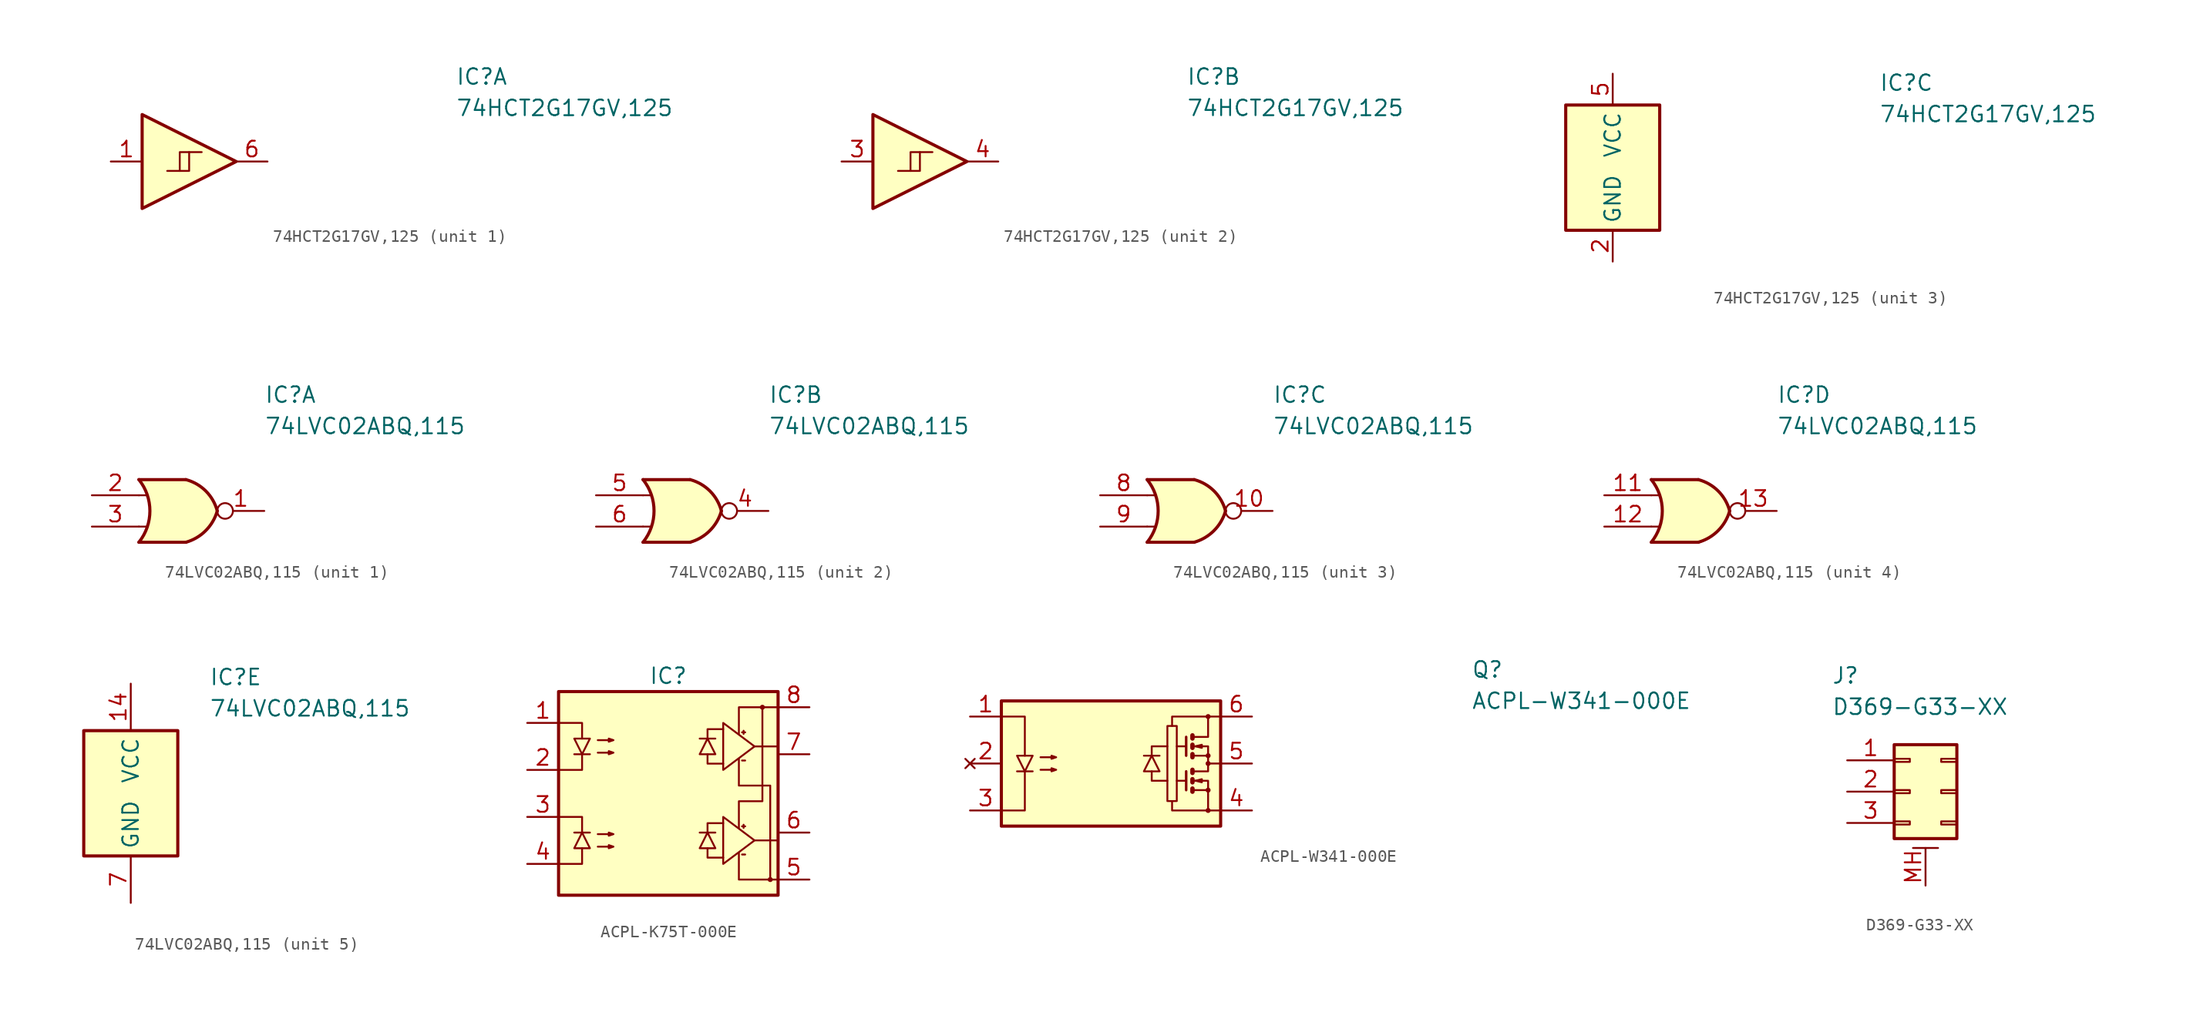
<source format=kicad_sym>
(kicad_symbol_lib
  (version 20220914)
  (generator kicad_symbol_editor)
  (symbol "74HCT2G17GV,125"
    (property "Reference" "IC"
      (at 21.59 7.62 0)
      (effects (font (size 1.27 1.27)) (justify left top)))
    (property "Value" "74HCT2G17GV,125"
      (at 21.59 5.08 0)
      (effects (font (size 1.27 1.27)) (justify left top)))
    (property "ki_locked" ""
      (at 0 0 0)
      (effects (font (size 1.27 1.27))))
    (symbol "74HCT2G17GV,125_1_0"
      (polyline (pts (xy -3.81 3.81) (xy -3.81 -3.81) (xy 3.81 0) (xy -3.81 3.81)) (stroke (width 0.254) (type default)) (fill (type background))))
    (symbol "74HCT2G17GV,125_1_1"
      (polyline (pts (xy 0 0.762) (xy 0 -0.762) (xy -1.778 -0.762)) (stroke (width 0) (type default)) (fill (type none)))
      (polyline (pts (xy 1.016 0.762) (xy -0.762 0.762) (xy -0.762 -0.762)) (stroke (width 0) (type default)) (fill (type none)))
      (pin passive line (at -6.35 0 0) (length 2.54) (name "~" (effects (font (size 1.27 1.27)))) (number "1" (effects (font (size 1.27 1.27)))))
      (pin passive line (at 6.35 0 180) (length 2.54) (name "~" (effects (font (size 1.27 1.27)))) (number "6" (effects (font (size 1.27 1.27))))))
    (symbol "74HCT2G17GV,125_2_0"
      (polyline (pts (xy -3.81 3.81) (xy -3.81 -3.81) (xy 3.81 0) (xy -3.81 3.81)) (stroke (width 0.254) (type default)) (fill (type background))))
    (symbol "74HCT2G17GV,125_2_1"
      (polyline (pts (xy 0 0.762) (xy 0 -0.762) (xy -1.778 -0.762)) (stroke (width 0) (type default)) (fill (type none)))
      (polyline (pts (xy 1.016 0.762) (xy -0.762 0.762) (xy -0.762 -0.762)) (stroke (width 0) (type default)) (fill (type none)))
      (pin passive line (at -6.35 0 0) (length 2.54) (name "~" (effects (font (size 1.27 1.27)))) (number "3" (effects (font (size 1.27 1.27)))))
      (pin passive line (at 6.35 0 180) (length 2.54) (name "~" (effects (font (size 1.27 1.27)))) (number "4" (effects (font (size 1.27 1.27))))))
    (symbol "74HCT2G17GV,125_3_1"
      (rectangle (start -3.81 5.08) (end 3.81 -5.08) (stroke (width 0.254) (type default)) (fill (type background)))
      (pin passive line (at 0 -7.62 90) (length 2.54) (name "GND" (effects (font (size 1.27 1.27)))) (number "2" (effects (font (size 1.27 1.27)))))
      (pin passive line (at 0 7.62 270) (length 2.54) (name "VCC" (effects (font (size 1.27 1.27)))) (number "5" (effects (font (size 1.27 1.27)))))))
  (symbol "74LVC02ABQ,115"
    (property "Reference" "IC"
      (at 6.35 10.16 0)
      (effects (font (size 1.27 1.27)) (justify left top)))
    (property "Value" "74LVC02ABQ,115"
      (at 6.35 7.62 0)
      (effects (font (size 1.27 1.27)) (justify left top)))
    (property "ki_locked" ""
      (at 0 0 0)
      (effects (font (size 1.27 1.27))))
    (symbol "74LVC02ABQ,115_1_1"
      (arc (start -3.81 -2.54) (mid -2.919 0) (end -3.81 2.54) (stroke (width 0.254) (type default)) (fill (type none)))
      (arc (start 0 -2.54) (mid 1.601 -1.601) (end 2.54 0) (stroke (width 0.254) (type default)) (fill (type background)))
      (polyline (pts (xy -3.81 -1.27) (xy -3.175 -1.27)) (stroke (width 0) (type default)) (fill (type none)))
      (polyline (pts (xy -3.81 1.27) (xy -3.175 1.27)) (stroke (width 0) (type default)) (fill (type none)))
      (polyline (pts (xy 0 -2.54) (xy -3.81 -2.54)) (stroke (width 0.254) (type default)) (fill (type background)))
      (polyline (pts (xy 0 2.54) (xy -3.81 2.54)) (stroke (width 0.254) (type default)) (fill (type background)))
      (polyline (pts (xy -3.81 2.54) (xy 0 2.54) (xy 0 -2.54) (xy -3.81 -2.54) (xy -3.302 -1.778) (xy -3.048 -1.016) (xy -2.794 0) (xy -3.048 1.016) (xy -3.302 1.778) (xy -3.81 2.54)) (stroke (width -0.0001) (type default)) (fill (type background)))
      (arc (start 2.54 0) (mid 1.6136 1.6136) (end 0 2.54) (stroke (width 0.254) (type default)) (fill (type background)))
      (pin passive inverted (at 6.35 0 180) (length 3.81) (name "~" (effects (font (size 1.27 1.27)))) (number "1" (effects (font (size 1.27 1.27)))))
      (pin passive line (at -7.62 1.27 0) (length 3.81) (name "~" (effects (font (size 1.27 1.27)))) (number "2" (effects (font (size 1.27 1.27)))))
      (pin passive line (at -7.62 -1.27 0) (length 3.81) (name "~" (effects (font (size 1.27 1.27)))) (number "3" (effects (font (size 1.27 1.27))))))
    (symbol "74LVC02ABQ,115_2_1"
      (arc (start -3.81 -2.54) (mid -2.919 0) (end -3.81 2.54) (stroke (width 0.254) (type default)) (fill (type none)))
      (arc (start 0 -2.54) (mid 1.601 -1.601) (end 2.54 0) (stroke (width 0.254) (type default)) (fill (type background)))
      (polyline (pts (xy -3.81 -1.27) (xy -3.175 -1.27)) (stroke (width 0) (type default)) (fill (type none)))
      (polyline (pts (xy -3.81 1.27) (xy -3.175 1.27)) (stroke (width 0) (type default)) (fill (type none)))
      (polyline (pts (xy 0 -2.54) (xy -3.81 -2.54)) (stroke (width 0.254) (type default)) (fill (type background)))
      (polyline (pts (xy 0 2.54) (xy -3.81 2.54)) (stroke (width 0.254) (type default)) (fill (type background)))
      (polyline (pts (xy -3.81 2.54) (xy 0 2.54) (xy 0 -2.54) (xy -3.81 -2.54) (xy -3.302 -1.778) (xy -3.048 -1.016) (xy -2.794 0) (xy -3.048 1.016) (xy -3.302 1.778) (xy -3.81 2.54)) (stroke (width -0.0001) (type default)) (fill (type background)))
      (arc (start 2.54 0) (mid 1.6136 1.6136) (end 0 2.54) (stroke (width 0.254) (type default)) (fill (type background)))
      (pin passive inverted (at 6.35 0 180) (length 3.81) (name "~" (effects (font (size 1.27 1.27)))) (number "4" (effects (font (size 1.27 1.27)))))
      (pin passive line (at -7.62 1.27 0) (length 3.81) (name "~" (effects (font (size 1.27 1.27)))) (number "5" (effects (font (size 1.27 1.27)))))
      (pin passive line (at -7.62 -1.27 0) (length 3.81) (name "~" (effects (font (size 1.27 1.27)))) (number "6" (effects (font (size 1.27 1.27))))))
    (symbol "74LVC02ABQ,115_3_1"
      (arc (start -3.81 -2.54) (mid -2.919 0) (end -3.81 2.54) (stroke (width 0.254) (type default)) (fill (type none)))
      (arc (start 0 -2.54) (mid 1.601 -1.601) (end 2.54 0) (stroke (width 0.254) (type default)) (fill (type background)))
      (polyline (pts (xy -3.81 -1.27) (xy -3.175 -1.27)) (stroke (width 0) (type default)) (fill (type none)))
      (polyline (pts (xy -3.81 1.27) (xy -3.175 1.27)) (stroke (width 0) (type default)) (fill (type none)))
      (polyline (pts (xy 0 -2.54) (xy -3.81 -2.54)) (stroke (width 0.254) (type default)) (fill (type background)))
      (polyline (pts (xy 0 2.54) (xy -3.81 2.54)) (stroke (width 0.254) (type default)) (fill (type background)))
      (polyline (pts (xy -3.81 2.54) (xy 0 2.54) (xy 0 -2.54) (xy -3.81 -2.54) (xy -3.302 -1.778) (xy -3.048 -1.016) (xy -2.794 0) (xy -3.048 1.016) (xy -3.302 1.778) (xy -3.81 2.54)) (stroke (width -0.0001) (type default)) (fill (type background)))
      (arc (start 2.54 0) (mid 1.6136 1.6136) (end 0 2.54) (stroke (width 0.254) (type default)) (fill (type background)))
      (pin passive inverted (at 6.35 0 180) (length 3.81) (name "~" (effects (font (size 1.27 1.27)))) (number "10" (effects (font (size 1.27 1.27)))))
      (pin passive line (at -7.62 1.27 0) (length 3.81) (name "~" (effects (font (size 1.27 1.27)))) (number "8" (effects (font (size 1.27 1.27)))))
      (pin passive line (at -7.62 -1.27 0) (length 3.81) (name "~" (effects (font (size 1.27 1.27)))) (number "9" (effects (font (size 1.27 1.27))))))
    (symbol "74LVC02ABQ,115_4_1"
      (arc (start -3.81 -2.54) (mid -2.919 0) (end -3.81 2.54) (stroke (width 0.254) (type default)) (fill (type none)))
      (arc (start 0 -2.54) (mid 1.601 -1.601) (end 2.54 0) (stroke (width 0.254) (type default)) (fill (type background)))
      (polyline (pts (xy -3.81 -1.27) (xy -3.175 -1.27)) (stroke (width 0) (type default)) (fill (type none)))
      (polyline (pts (xy -3.81 1.27) (xy -3.175 1.27)) (stroke (width 0) (type default)) (fill (type none)))
      (polyline (pts (xy 0 -2.54) (xy -3.81 -2.54)) (stroke (width 0.254) (type default)) (fill (type background)))
      (polyline (pts (xy 0 2.54) (xy -3.81 2.54)) (stroke (width 0.254) (type default)) (fill (type background)))
      (polyline (pts (xy -3.81 2.54) (xy 0 2.54) (xy 0 -2.54) (xy -3.81 -2.54) (xy -3.302 -1.778) (xy -3.048 -1.016) (xy -2.794 0) (xy -3.048 1.016) (xy -3.302 1.778) (xy -3.81 2.54)) (stroke (width -0.0001) (type default)) (fill (type background)))
      (arc (start 2.54 0) (mid 1.6136 1.6136) (end 0 2.54) (stroke (width 0.254) (type default)) (fill (type background)))
      (pin passive line (at -7.62 1.27 0) (length 3.81) (name "~" (effects (font (size 1.27 1.27)))) (number "11" (effects (font (size 1.27 1.27)))))
      (pin passive line (at -7.62 -1.27 0) (length 3.81) (name "~" (effects (font (size 1.27 1.27)))) (number "12" (effects (font (size 1.27 1.27)))))
      (pin passive inverted (at 6.35 0 180) (length 3.81) (name "~" (effects (font (size 1.27 1.27)))) (number "13" (effects (font (size 1.27 1.27))))))
    (symbol "74LVC02ABQ,115_5_1"
      (rectangle (start -3.81 5.08) (end 3.81 -5.08) (stroke (width 0.254) (type default)) (fill (type background)))
      (pin passive line (at 0 8.89 270) (length 3.81) (name "VCC" (effects (font (size 1.27 1.27)))) (number "14" (effects (font (size 1.27 1.27)))))
      (pin passive line (at 0 -8.89 90) (length 3.81) hide (name "EP" (effects (font (size 1.27 1.27)))) (number "15" (effects (font (size 1.27 1.27)))))
      (pin passive line (at 0 -8.89 90) (length 3.81) (name "GND" (effects (font (size 1.27 1.27)))) (number "7" (effects (font (size 1.27 1.27)))))))
  (symbol "ACPL-K75T-000E"
    (pin_names
      (offset 0.635))
    (property "Reference" "IC"
      (at 0 8.89 0)
      (effects (font (size 1.27 1.27))))
    (property "Value" ""
      (at 0 0 0)
      (effects (font (size 1.27 1.27))))
    (symbol "ACPL-K75T-000E_0_1"
      (rectangle (start -8.89 7.62) (end 8.89 -8.89) (stroke (width 0.254) (type default)) (fill (type background)))
      (polyline (pts (xy -7.62 -3.81) (xy -6.35 -3.81)) (stroke (width 0) (type default)) (fill (type none)))
      (polyline (pts (xy -7.62 2.54) (xy -6.35 2.54)) (stroke (width 0) (type default)) (fill (type none)))
      (polyline (pts (xy 3.81 -3.81) (xy 2.54 -3.81)) (stroke (width 0) (type default)) (fill (type none)))
      (polyline (pts (xy 3.81 3.81) (xy 2.54 3.81)) (stroke (width 0) (type default)) (fill (type none)))
      (polyline (pts (xy 5.969 -5.588) (xy 6.223 -5.588)) (stroke (width 0) (type default)) (fill (type none)))
      (polyline (pts (xy 5.969 -3.302) (xy 6.223 -3.302)) (stroke (width 0) (type default)) (fill (type none)))
      (polyline (pts (xy 5.969 2.032) (xy 6.223 2.032)) (stroke (width 0) (type default)) (fill (type none)))
      (polyline (pts (xy 5.969 4.318) (xy 6.223 4.318)) (stroke (width 0) (type default)) (fill (type none)))
      (polyline (pts (xy 6.096 -3.175) (xy 6.096 -3.429)) (stroke (width 0) (type default)) (fill (type none)))
      (polyline (pts (xy 6.096 4.445) (xy 6.096 4.191)) (stroke (width 0) (type default)) (fill (type none)))
      (polyline (pts (xy 6.985 -4.445) (xy 8.89 -4.445)) (stroke (width 0) (type default)) (fill (type none)))
      (polyline (pts (xy 6.985 3.175) (xy 8.89 3.175)) (stroke (width 0) (type default)) (fill (type none)))
      (polyline (pts (xy -8.89 -6.35) (xy -6.985 -6.35) (xy -6.985 -5.08)) (stroke (width 0) (type default)) (fill (type none)))
      (polyline (pts (xy -8.89 -2.54) (xy -6.985 -2.54) (xy -6.985 -3.81)) (stroke (width 0) (type default)) (fill (type none)))
      (polyline (pts (xy -8.89 1.27) (xy -6.985 1.27) (xy -6.985 2.54)) (stroke (width 0) (type default)) (fill (type none)))
      (polyline (pts (xy -8.89 5.08) (xy -6.985 5.08) (xy -6.985 3.81)) (stroke (width 0) (type default)) (fill (type none)))
      (polyline (pts (xy 3.175 -5.08) (xy 3.175 -5.842) (xy 4.445 -5.842)) (stroke (width 0) (type default)) (fill (type none)))
      (polyline (pts (xy 3.175 -3.81) (xy 3.175 -3.048) (xy 4.445 -3.048)) (stroke (width 0) (type default)) (fill (type none)))
      (polyline (pts (xy 3.175 2.54) (xy 3.175 1.778) (xy 4.445 1.778)) (stroke (width 0) (type default)) (fill (type none)))
      (polyline (pts (xy 3.175 3.81) (xy 3.175 4.572) (xy 4.445 4.572)) (stroke (width 0) (type default)) (fill (type none)))
      (polyline (pts (xy 8.89 -7.62) (xy 5.715 -7.62) (xy 5.715 -5.461)) (stroke (width 0) (type default)) (fill (type none)))
      (polyline (pts (xy 8.89 6.35) (xy 5.715 6.35) (xy 5.715 4.191)) (stroke (width 0) (type default)) (fill (type none)))
      (polyline (pts (xy -6.985 -3.81) (xy -7.62 -5.08) (xy -6.35 -5.08) (xy -6.985 -3.81)) (stroke (width 0) (type default)) (fill (type none)))
      (polyline (pts (xy -6.985 2.54) (xy -7.62 3.81) (xy -6.35 3.81) (xy -6.985 2.54)) (stroke (width 0) (type default)) (fill (type none)))
      (polyline (pts (xy 3.175 -3.81) (xy 3.81 -5.08) (xy 2.54 -5.08) (xy 3.175 -3.81)) (stroke (width 0) (type default)) (fill (type none)))
      (polyline (pts (xy 3.175 3.81) (xy 3.81 2.54) (xy 2.54 2.54) (xy 3.175 3.81)) (stroke (width 0) (type default)) (fill (type none)))
      (polyline (pts (xy 4.445 -2.54) (xy 4.445 -6.35) (xy 6.985 -4.445) (xy 4.445 -2.54)) (stroke (width 0) (type default)) (fill (type none)))
      (polyline (pts (xy 4.445 5.08) (xy 4.445 1.27) (xy 6.985 3.175) (xy 4.445 5.08)) (stroke (width 0) (type default)) (fill (type none)))
      (polyline (pts (xy 5.715 -3.429) (xy 5.715 -1.27) (xy 7.62 -1.27) (xy 7.62 6.35)) (stroke (width 0) (type default)) (fill (type none)))
      (polyline (pts (xy 5.715 2.159) (xy 5.715 0) (xy 8.255 0) (xy 8.255 -7.62)) (stroke (width 0) (type default)) (fill (type none)))
      (polyline (pts (xy -5.715 -4.953) (xy -4.445 -4.953) (xy -4.826 -4.826) (xy -4.826 -5.08) (xy -4.445 -4.953)) (stroke (width 0) (type default)) (fill (type none)))
      (polyline (pts (xy -5.715 -3.937) (xy -4.445 -3.937) (xy -4.826 -3.81) (xy -4.826 -4.064) (xy -4.445 -3.937)) (stroke (width 0) (type default)) (fill (type none)))
      (polyline (pts (xy -5.715 2.667) (xy -4.445 2.667) (xy -4.826 2.54) (xy -4.826 2.794) (xy -4.445 2.667)) (stroke (width 0) (type default)) (fill (type none)))
      (polyline (pts (xy -5.715 3.683) (xy -4.445 3.683) (xy -4.826 3.556) (xy -4.826 3.81) (xy -4.445 3.683)) (stroke (width 0) (type default)) (fill (type none)))
      (circle (center 7.62 6.35) (radius 0.127) (stroke (width 0) (type default)) (fill (type none)))
      (circle (center 8.255 -7.62) (radius 0.127) (stroke (width 0) (type default)) (fill (type none))))
    (symbol "ACPL-K75T-000E_1_1"
      (pin passive line (at -11.43 5.08 0) (length 2.54) (name "~" (effects (font (size 1.27 1.27)))) (number "1" (effects (font (size 1.27 1.27)))))
      (pin passive line (at -11.43 1.27 0) (length 2.54) (name "~" (effects (font (size 1.27 1.27)))) (number "2" (effects (font (size 1.27 1.27)))))
      (pin passive line (at -11.43 -2.54 0) (length 2.54) (name "~" (effects (font (size 1.27 1.27)))) (number "3" (effects (font (size 1.27 1.27)))))
      (pin passive line (at -11.43 -6.35 0) (length 2.54) (name "~" (effects (font (size 1.27 1.27)))) (number "4" (effects (font (size 1.27 1.27)))))
      (pin passive line (at 11.43 -7.62 180) (length 2.54) (name "~" (effects (font (size 1.27 1.27)))) (number "5" (effects (font (size 1.27 1.27)))))
      (pin passive line (at 11.43 -3.81 180) (length 2.54) (name "~" (effects (font (size 1.27 1.27)))) (number "6" (effects (font (size 1.27 1.27)))))
      (pin passive line (at 11.43 2.54 180) (length 2.54) (name "~" (effects (font (size 1.27 1.27)))) (number "7" (effects (font (size 1.27 1.27)))))
      (pin passive line (at 11.43 6.35 180) (length 2.54) (name "~" (effects (font (size 1.27 1.27)))) (number "8" (effects (font (size 1.27 1.27)))))))
  (symbol "ACPL-W341-000E"
    (pin_names
      (offset 0.762))
    (property "Reference" "Q"
      (at 29.21 7.62 0)
      (effects (font (size 1.27 1.27)) (justify left)))
    (property "Value" "ACPL-W341-000E"
      (at 29.21 5.08 0)
      (effects (font (size 1.27 1.27)) (justify left)))
    (symbol "ACPL-W341-000E_0_1"
      (rectangle (start -8.89 5.08) (end 8.89 -5.08) (stroke (width 0.254) (type default)) (fill (type background)))
      (polyline (pts (xy -7.62 -0.635) (xy -6.35 -0.635)) (stroke (width 0) (type default)) (fill (type none)))
      (polyline (pts (xy 3.937 0.635) (xy 2.667 0.635)) (stroke (width 0) (type default)) (fill (type none)))
      (polyline (pts (xy 6.096 -1.397) (xy 5.334 -1.397)) (stroke (width 0) (type default)) (fill (type none)))
      (polyline (pts (xy 6.096 -0.635) (xy 6.096 -2.159)) (stroke (width 0.203) (type default)) (fill (type none)))
      (polyline (pts (xy 6.096 1.397) (xy 5.334 1.397)) (stroke (width 0) (type default)) (fill (type none)))
      (polyline (pts (xy 6.096 2.159) (xy 6.096 0.635)) (stroke (width 0.203) (type default)) (fill (type none)))
      (polyline (pts (xy 6.604 -0.508) (xy 6.604 -0.762)) (stroke (width 0.356) (type default)) (fill (type none)))
      (polyline (pts (xy 8.89 0) (xy 7.874 0)) (stroke (width 0) (type default)) (fill (type none)))
      (polyline (pts (xy -8.89 -3.81) (xy -6.985 -3.81) (xy -6.985 -0.635)) (stroke (width 0) (type default)) (fill (type none)))
      (polyline (pts (xy -8.89 3.81) (xy -6.985 3.81) (xy -6.985 0.635)) (stroke (width 0) (type default)) (fill (type none)))
      (polyline (pts (xy 3.302 -0.635) (xy 3.302 -1.397) (xy 4.572 -1.397)) (stroke (width 0) (type default)) (fill (type none)))
      (polyline (pts (xy 3.302 0.635) (xy 3.302 1.397) (xy 4.572 1.397)) (stroke (width 0) (type default)) (fill (type none)))
      (polyline (pts (xy 6.604 -2.032) (xy 6.604 -2.286) (xy 6.604 -2.286)) (stroke (width 0.356) (type default)) (fill (type none)))
      (polyline (pts (xy 6.604 -1.27) (xy 6.604 -1.524) (xy 6.604 -1.524)) (stroke (width 0.356) (type default)) (fill (type none)))
      (polyline (pts (xy 6.604 0.762) (xy 6.604 0.508) (xy 6.604 0.508)) (stroke (width 0.356) (type default)) (fill (type none)))
      (polyline (pts (xy 6.604 1.524) (xy 6.604 1.27) (xy 6.604 1.27)) (stroke (width 0.356) (type default)) (fill (type none)))
      (polyline (pts (xy 6.604 2.286) (xy 6.604 2.032) (xy 6.604 2.032)) (stroke (width 0.356) (type default)) (fill (type none)))
      (polyline (pts (xy 6.731 -1.397) (xy 7.874 -1.397) (xy 7.874 -2.159)) (stroke (width 0) (type default)) (fill (type none)))
      (polyline (pts (xy 6.731 1.397) (xy 7.874 1.397) (xy 7.874 0.635)) (stroke (width 0) (type default)) (fill (type none)))
      (polyline (pts (xy 7.874 -3.81) (xy 4.953 -3.81) (xy 4.953 -3.048)) (stroke (width 0) (type default)) (fill (type none)))
      (polyline (pts (xy 7.874 3.81) (xy 4.953 3.81) (xy 4.953 3.048)) (stroke (width 0) (type default)) (fill (type none)))
      (polyline (pts (xy -6.985 -0.635) (xy -7.62 0.635) (xy -6.35 0.635) (xy -6.985 -0.635)) (stroke (width 0) (type default)) (fill (type none)))
      (polyline (pts (xy 3.302 0.635) (xy 3.937 -0.635) (xy 2.667 -0.635) (xy 3.302 0.635)) (stroke (width 0) (type default)) (fill (type none)))
      (polyline (pts (xy 6.731 -2.159) (xy 7.874 -2.159) (xy 7.874 -3.81) (xy 8.89 -3.81)) (stroke (width 0) (type default)) (fill (type none)))
      (polyline (pts (xy 6.731 -0.635) (xy 7.874 -0.635) (xy 7.874 0.635) (xy 6.731 0.635)) (stroke (width 0) (type default)) (fill (type none)))
      (polyline (pts (xy 6.731 2.159) (xy 7.874 2.159) (xy 7.874 3.81) (xy 8.89 3.81)) (stroke (width 0) (type default)) (fill (type none)))
      (polyline (pts (xy 6.858 -1.397) (xy 7.366 -1.27) (xy 7.366 -1.524) (xy 6.858 -1.397)) (stroke (width 0) (type default)) (fill (type none)))
      (polyline (pts (xy 6.858 1.397) (xy 7.366 1.524) (xy 7.366 1.27) (xy 6.858 1.397)) (stroke (width 0) (type default)) (fill (type none)))
      (polyline (pts (xy -5.715 -0.508) (xy -4.445 -0.508) (xy -4.826 -0.635) (xy -4.826 -0.381) (xy -4.445 -0.508)) (stroke (width 0) (type default)) (fill (type none)))
      (polyline (pts (xy -5.715 0.508) (xy -4.445 0.508) (xy -4.826 0.381) (xy -4.826 0.635) (xy -4.445 0.508)) (stroke (width 0) (type default)) (fill (type none)))
      (polyline (pts (xy 5.334 3.048) (xy 4.572 3.048) (xy 4.572 -3.048) (xy 5.334 -3.048) (xy 5.334 3.048)) (stroke (width 0) (type default)) (fill (type none)))
      (circle (center 7.874 -3.81) (radius 0.127) (stroke (width 0) (type default)) (fill (type none)))
      (circle (center 7.874 -2.159) (radius 0.127) (stroke (width 0) (type default)) (fill (type none)))
      (circle (center 7.874 0) (radius 0.127) (stroke (width 0) (type default)) (fill (type none)))
      (circle (center 7.874 0.635) (radius 0.127) (stroke (width 0) (type default)) (fill (type none)))
      (circle (center 7.874 3.81) (radius 0.127) (stroke (width 0) (type default)) (fill (type none))))
    (symbol "ACPL-W341-000E_1_1"
      (pin passive line (at -11.43 3.81 0) (length 2.54) (name "~" (effects (font (size 1.27 1.27)))) (number "1" (effects (font (size 1.27 1.27)))))
      (pin no_connect line (at -11.43 0 0) (length 2.54) (name "~" (effects (font (size 1.27 1.27)))) (number "2" (effects (font (size 1.27 1.27)))))
      (pin passive line (at -11.43 -3.81 0) (length 2.54) (name "~" (effects (font (size 1.27 1.27)))) (number "3" (effects (font (size 1.27 1.27)))))
      (pin passive line (at 11.43 -3.81 180) (length 2.54) (name "~" (effects (font (size 1.27 1.27)))) (number "4" (effects (font (size 1.27 1.27)))))
      (pin passive line (at 11.43 0 180) (length 2.54) (name "~" (effects (font (size 1.27 1.27)))) (number "5" (effects (font (size 1.27 1.27)))))
      (pin passive line (at 11.43 3.81 180) (length 2.54) (name "~" (effects (font (size 1.27 1.27)))) (number "6" (effects (font (size 1.27 1.27)))))))
  (symbol "D369-G33-XX"
    (pin_names hide)
    (property "Reference" "J"
      (at -7.62 10.16 0)
      (effects (font (size 1.27 1.27)) (justify left top)))
    (property "Value" "D369-G33-XX"
      (at -7.62 7.62 0)
      (effects (font (size 1.27 1.27)) (justify left top)))
    (symbol "D369-G33-XX_1_1"
      (rectangle (start -2.54 -2.413) (end -1.27 -2.667) (stroke (width 0.152) (type default)) (fill (type none)))
      (rectangle (start -2.54 0.127) (end -1.27 -0.127) (stroke (width 0.152) (type default)) (fill (type none)))
      (rectangle (start -2.54 2.667) (end -1.27 2.413) (stroke (width 0.152) (type default)) (fill (type none)))
      (rectangle (start -2.54 3.81) (end 2.54 -3.81) (stroke (width 0.254) (type default)) (fill (type background)))
      (polyline (pts (xy -1.016 -4.572) (xy 1.016 -4.572)) (stroke (width 0.152) (type default)) (fill (type none)))
      (rectangle (start 2.54 -2.413) (end 1.27 -2.667) (stroke (width 0.152) (type default)) (fill (type none)))
      (rectangle (start 2.54 0.127) (end 1.27 -0.127) (stroke (width 0.152) (type default)) (fill (type none)))
      (rectangle (start 2.54 2.667) (end 1.27 2.413) (stroke (width 0.152) (type default)) (fill (type none)))
      (pin passive line (at -6.35 2.54 0) (length 3.81) (name "Pin_1" (effects (font (size 1.27 1.27)))) (number "1" (effects (font (size 1.27 1.27)))))
      (pin passive line (at -6.35 0 0) (length 3.81) (name "Pin_2" (effects (font (size 1.27 1.27)))) (number "2" (effects (font (size 1.27 1.27)))))
      (pin passive line (at -6.35 -2.54 0) (length 3.81) (name "Pin_3" (effects (font (size 1.27 1.27)))) (number "3" (effects (font (size 1.27 1.27)))))
      (pin passive line (at 0 -7.62 90) (length 3.048) (name "MountPin" (effects (font (size 1.27 1.27)))) (number "MH" (effects (font (size 1.27 1.27))))))))
</source>
